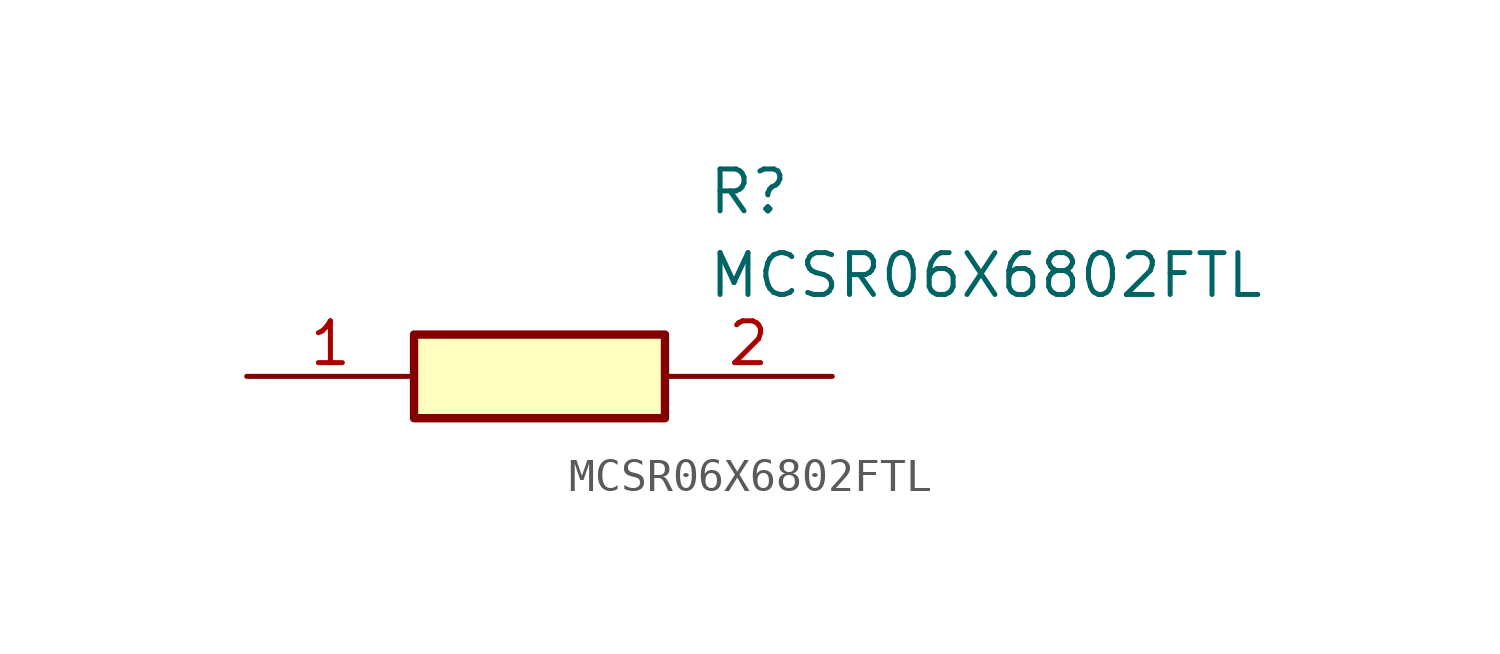
<source format=kicad_sym>
(kicad_symbol_lib
  (version 20211014)
  (generator SamacSys_ECAD_Model)
  (symbol "MCSR06X6802FTL"
    (pin_names hide)
    (property "Reference" "R"
      (at 13.97 6.35 0)
      (effects (font (size 1.27 1.27)) (justify left top)))
    (property "Value" "MCSR06X6802FTL"
      (at 13.97 3.81 0)
      (effects (font (size 1.27 1.27)) (justify left top)))
    (rectangle
      (start 5.08 1.27)
      (end 12.7 -1.27)
      (stroke (width 0.254) (type default))
      (fill (type background)))
    (pin passive line
      (at 0 0 0)
      (length 5.08)
      (name "1" (effects (font (size 1.27 1.27))))
      (number "1" (effects (font (size 1.27 1.27)))))
    (pin passive line
      (at 17.78 0 180)
      (length 5.08)
      (name "2" (effects (font (size 1.27 1.27))))
      (number "2" (effects (font (size 1.27 1.27)))))))
</source>
